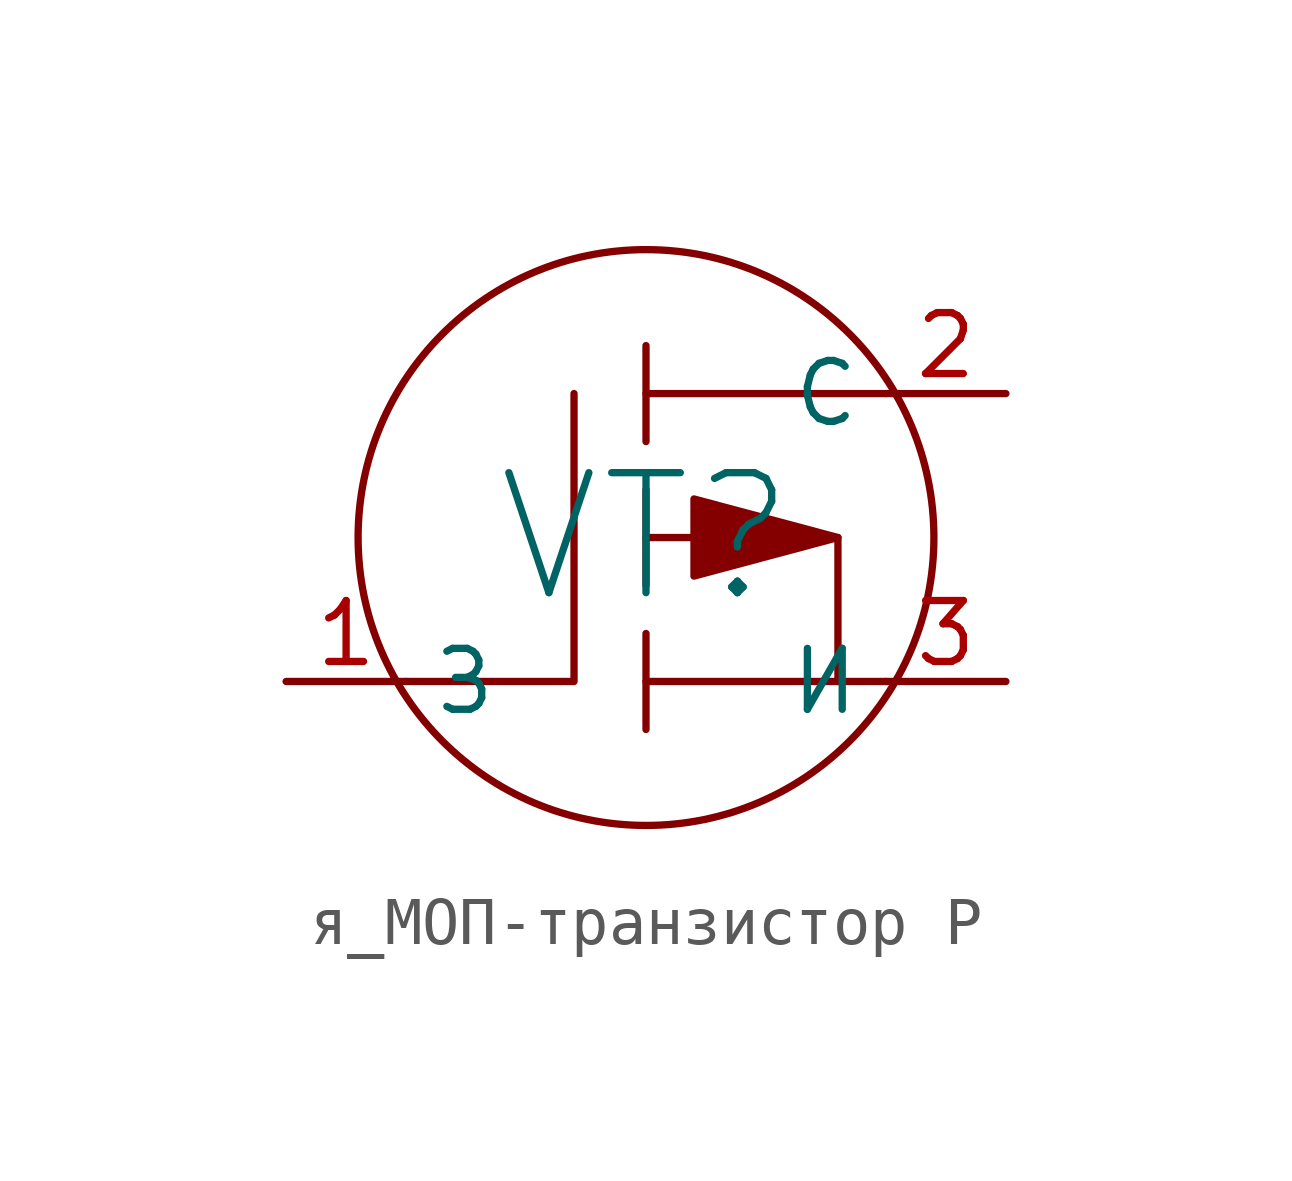
<source format=kicad_sym>
(kicad_symbol_lib
  (version 20220914)
  (generator kicad_symbol_editor)
  (symbol "я_МОП-транзистор P"
    (property "Reference" "VT"
      (at 0 0 0)
      (effects (font (size 2.5 2.5))))
    (property "Value" ""
      (at 0 0 0)
      (effects (font (size 1.27 1.27))))
    (symbol "я_МОП-транзистор P_0_1"
      (polyline (pts (xy 0 -3) (xy 5 -3)) (stroke (width 0) (type default)) (fill (type none)))
      (polyline (pts (xy 0 -2) (xy 0 -4)) (stroke (width 0) (type default)) (fill (type none)))
      (polyline (pts (xy 0 1) (xy 0 -1)) (stroke (width 0) (type default)) (fill (type none)))
      (polyline (pts (xy 0 3) (xy 5 3)) (stroke (width 0) (type default)) (fill (type none)))
      (polyline (pts (xy 0 4) (xy 0 2)) (stroke (width 0) (type default)) (fill (type none)))
      (polyline (pts (xy -1.5 3) (xy -1.5 -3) (xy -5 -3)) (stroke (width 0) (type default)) (fill (type none)))
      (polyline (pts (xy 0 0) (xy 4 0) (xy 4 -3)) (stroke (width 0) (type default)) (fill (type none)))
      (polyline (pts (xy 4 0) (xy 1 0.804) (xy 1 -0.804) (xy 4 0)) (stroke (width 0) (type default)) (fill (type outline)))
      (circle (center 0 0) (radius 6) (stroke (width 0) (type default)) (fill (type none))))
    (symbol "я_МОП-транзистор P_1_1"
      (pin input line (at -7.5 -3 0) (length 2.5) (name "З" (effects (font (size 1.27 1.27)))) (number "1" (effects (font (size 1.27 1.27)))))
      (pin input line (at 7.5 3 180) (length 2.5) (name "С" (effects (font (size 1.27 1.27)))) (number "2" (effects (font (size 1.27 1.27)))))
      (pin input line (at 7.5 -3 180) (length 2.5) (name "И" (effects (font (size 1.27 1.27)))) (number "3" (effects (font (size 1.27 1.27))))))))
</source>
